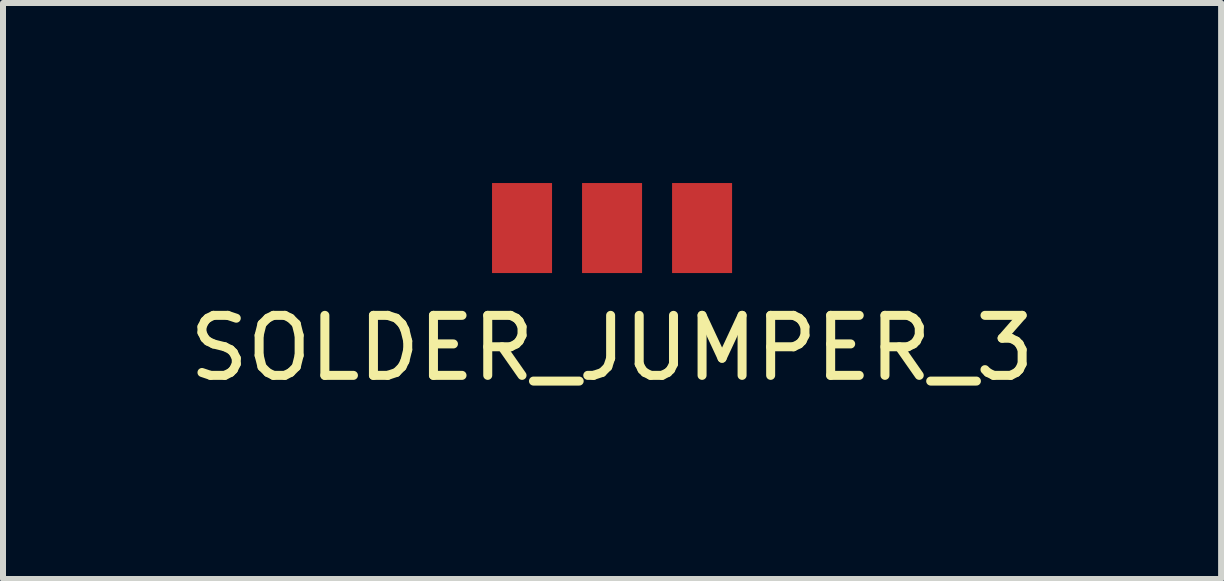
<source format=kicad_pcb>
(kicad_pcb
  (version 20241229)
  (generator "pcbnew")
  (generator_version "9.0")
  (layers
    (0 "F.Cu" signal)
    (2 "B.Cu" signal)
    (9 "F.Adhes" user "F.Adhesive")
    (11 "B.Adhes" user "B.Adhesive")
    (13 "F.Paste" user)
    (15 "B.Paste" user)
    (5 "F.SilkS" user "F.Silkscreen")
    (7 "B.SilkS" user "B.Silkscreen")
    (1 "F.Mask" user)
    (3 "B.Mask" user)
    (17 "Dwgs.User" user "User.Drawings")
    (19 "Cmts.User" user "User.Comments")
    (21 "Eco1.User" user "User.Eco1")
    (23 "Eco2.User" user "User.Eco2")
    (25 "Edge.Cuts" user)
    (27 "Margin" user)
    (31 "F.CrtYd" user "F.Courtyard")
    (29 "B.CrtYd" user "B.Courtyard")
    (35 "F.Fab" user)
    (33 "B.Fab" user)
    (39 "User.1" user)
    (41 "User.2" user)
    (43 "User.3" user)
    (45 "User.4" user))
  (footprint "SOLDER_JUMPER_3"
    (layer "F.Cu")
    (at 7.149 0.75)
    (property "Reference" "SOLDER_JUMPER_3" (at 0 2 0) (layer "F.SilkS") (effects (font (size 1 1) (thickness 0.15))))
    (attr through_hole)
    (pad "1" smd rect (at -1.5 0) (size 1 1.5) (layers "F.Cu" "F.Mask" "F.Paste"))
    (pad "2" smd rect (at 0 0) (size 1 1.5) (layers "F.Cu" "F.Mask" "F.Paste"))
    (pad "3" smd rect (at 1.5 0) (size 1 1.5) (layers "F.Cu" "F.Mask" "F.Paste")))
  (gr_rect
    (start -3 -3)
    (end 17.298 6.598)
    (stroke (width 0.1) (type default))
    (fill no)
    (layer "Edge.Cuts")))
</source>
